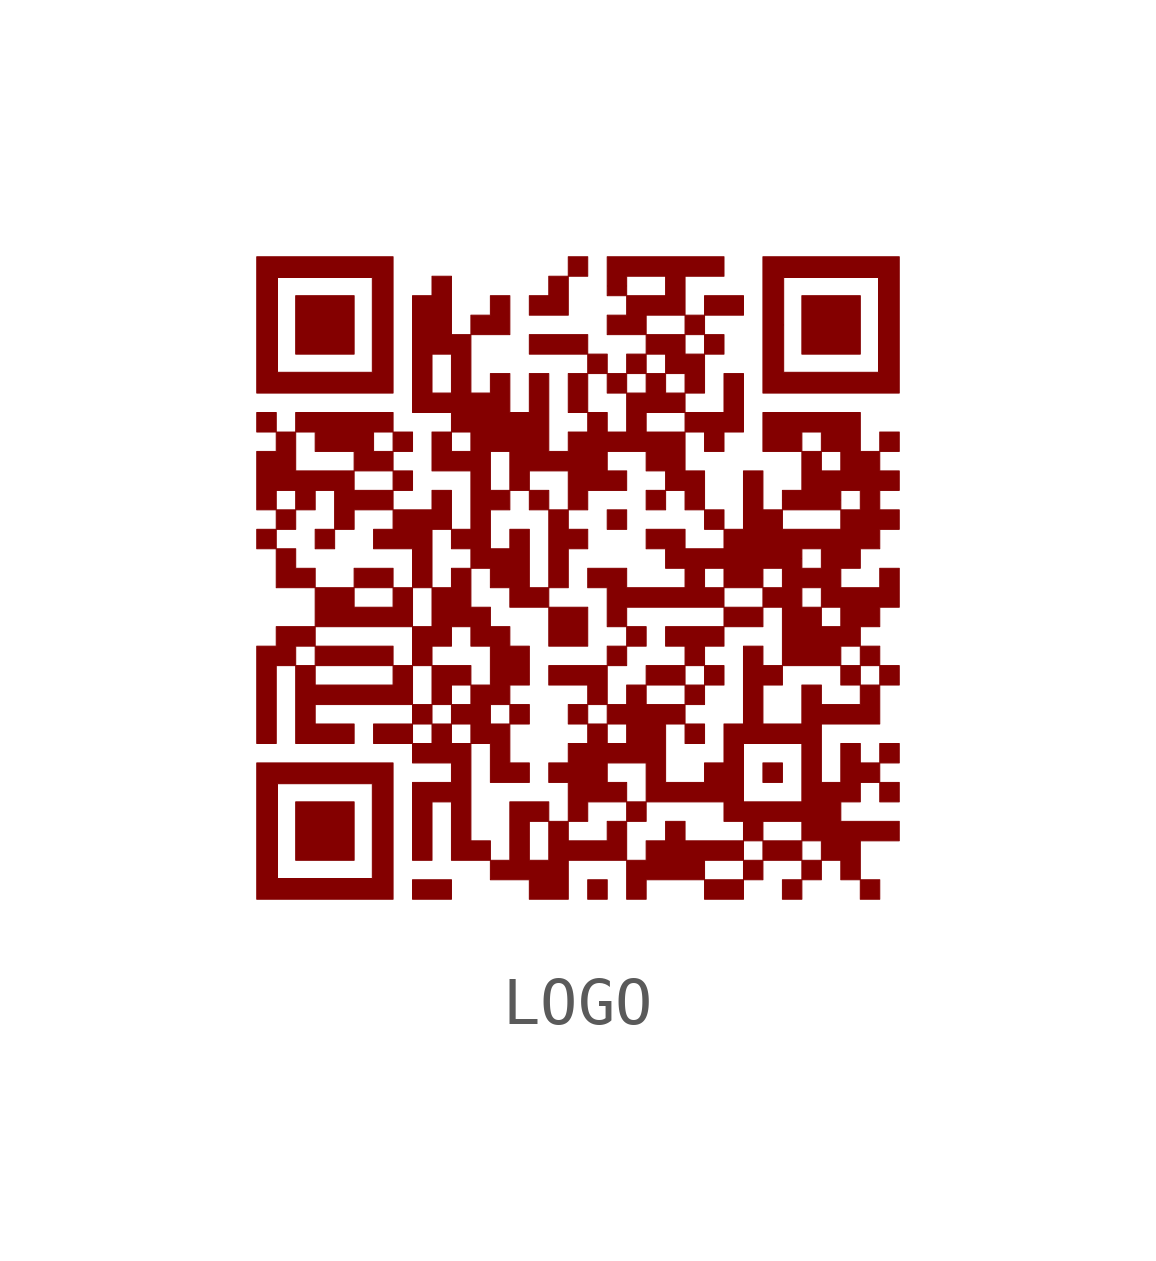
<source format=kicad_sym>
(kicad_symbol_lib
  (version 20220914)
  (generator "bitmap2component")
  (generator_version "8.0")
  (symbol "LOGO"
    (pin_names
      (offset 1.016))
    (property "Reference" "#G"
      (at 0 6.859 0)
      (effects (font (size 1.27 1.27)) hide))
    (symbol "LOGO_0_0"
      (polyline (pts (xy -3.845 -5.277) (xy -3.845 -3.858) (xy -5.264 -3.858) (xy -6.684 -3.858) (xy -6.684 -5.277) (xy -6.252 -5.277) (xy -6.252 -4.29) (xy -5.264 -4.29) (xy -4.277 -4.29) (xy -4.277 -5.277) (xy -4.277 -6.265) (xy -5.264 -6.265) (xy -6.252 -6.265) (xy -6.252 -5.277) (xy -6.684 -5.277) (xy -6.684 -6.697) (xy -5.264 -6.697) (xy -3.845 -6.697) (xy -3.845 -5.277)) (stroke (width 0.01) (type default)) (fill (type outline)))
      (polyline (pts (xy -2.629 -6.494) (xy -2.629 -6.291) (xy -3.034 -6.291) (xy -3.44 -6.291) (xy -3.44 -6.494) (xy -3.44 -6.697) (xy -3.034 -6.697) (xy -2.629 -6.697) (xy -2.629 -6.494)) (stroke (width 0.01) (type default)) (fill (type outline)))
      (polyline (pts (xy 2.642 4.251) (xy 2.642 4.656) (xy 2.439 4.656) (xy 2.236 4.656) (xy 2.236 4.859) (xy 2.236 5.062) (xy 1.831 5.062) (xy 1.426 5.062) (xy 1.426 5.264) (xy 1.426 5.467) (xy 1.831 5.467) (xy 2.236 5.467) (xy 2.236 5.264) (xy 2.236 5.062) (xy 2.439 5.062) (xy 2.642 5.062) (xy 2.642 4.859) (xy 2.642 4.656) (xy 2.845 4.656) (xy 3.047 4.656) (xy 3.047 4.859) (xy 3.047 5.062) (xy 2.845 5.062) (xy 2.642 5.062) (xy 2.642 5.264) (xy 2.642 5.467) (xy 2.439 5.467) (xy 2.236 5.467) (xy 2.236 5.873) (xy 2.236 6.278) (xy 2.642 6.278) (xy 3.047 6.278) (xy 3.047 6.481) (xy 3.047 6.684) (xy 1.831 6.684) (xy 0.615 6.684) (xy 0.615 6.278) (xy 0.615 6.075) (xy 1.02 6.075) (xy 1.02 6.278) (xy 1.426 6.278) (xy 1.831 6.278) (xy 1.831 6.075) (xy 1.831 5.873) (xy 1.426 5.873) (xy 1.02 5.873) (xy 1.02 6.075) (xy 0.615 6.075) (xy 0.615 5.873) (xy 0.817 5.873) (xy 1.02 5.873) (xy 1.02 5.67) (xy 1.02 5.467) (xy 0.817 5.467) (xy 0.615 5.467) (xy 0.615 5.264) (xy 0.615 5.062) (xy 1.02 5.062) (xy 1.426 5.062) (xy 1.426 4.859) (xy 1.426 4.656) (xy 1.223 4.656) (xy 1.02 4.656) (xy 1.02 4.454) (xy 1.02 4.251) (xy 1.223 4.251) (xy 1.426 4.251) (xy 1.426 4.454) (xy 1.426 4.656) (xy 1.628 4.656) (xy 1.831 4.656) (xy 1.831 4.454) (xy 1.831 4.251) (xy 2.034 4.251) (xy 2.236 4.251) (xy 2.236 4.048) (xy 2.236 3.845) (xy 2.439 3.845) (xy 2.642 3.845) (xy 2.642 4.251)) (stroke (width 0.01) (type default)) (fill (type outline)))
      (polyline (pts (xy 6.697 -2.034) (xy 6.697 -1.831) (xy 6.494 -1.831) (xy 6.291 -1.831) (xy 6.291 -1.628) (xy 6.291 -1.426) (xy 6.088 -1.426) (xy 5.886 -1.426) (xy 5.886 -1.223) (xy 5.886 -1.02) (xy 6.088 -1.02) (xy 6.291 -1.02) (xy 6.291 -0.817) (xy 6.291 -0.615) (xy 6.494 -0.615) (xy 6.697 -0.615) (xy 6.697 -0.209) (xy 6.697 0.196) (xy 6.494 0.196) (xy 6.291 0.196) (xy 6.291 -0.006) (xy 6.291 -0.209) (xy 5.886 -0.209) (xy 5.48 -0.209) (xy 5.48 -0.006) (xy 5.48 0.196) (xy 5.683 0.196) (xy 5.886 0.196) (xy 5.886 0.399) (xy 5.886 0.602) (xy 6.088 0.602) (xy 6.291 0.602) (xy 6.291 0.804) (xy 6.291 1.007) (xy 6.494 1.007) (xy 6.697 1.007) (xy 6.697 1.21) (xy 6.697 1.413) (xy 6.494 1.413) (xy 6.291 1.413) (xy 6.291 1.615) (xy 6.291 1.818) (xy 6.494 1.818) (xy 6.697 1.818) (xy 6.697 2.021) (xy 6.697 2.224) (xy 6.494 2.224) (xy 6.291 2.224) (xy 6.291 2.426) (xy 6.291 2.629) (xy 6.088 2.629) (xy 5.886 2.629) (xy 5.886 3.034) (xy 5.886 3.44) (xy 4.872 3.44) (xy 3.858 3.44) (xy 3.858 3.034) (xy 3.858 2.629) (xy 4.264 2.629) (xy 4.669 2.629) (xy 4.669 2.832) (xy 4.669 3.034) (xy 4.872 3.034) (xy 5.075 3.034) (xy 5.075 2.832) (xy 5.075 2.629) (xy 5.277 2.629) (xy 5.48 2.629) (xy 5.48 2.426) (xy 5.48 2.224) (xy 5.277 2.224) (xy 5.075 2.224) (xy 5.075 2.426) (xy 5.075 2.629) (xy 4.872 2.629) (xy 4.669 2.629) (xy 4.669 2.224) (xy 4.669 1.818) (xy 4.467 1.818) (xy 4.264 1.818) (xy 4.264 1.615) (xy 5.48 1.615) (xy 5.48 1.818) (xy 5.683 1.818) (xy 5.886 1.818) (xy 5.886 1.615) (xy 5.886 1.413) (xy 5.683 1.413) (xy 5.48 1.413) (xy 5.48 1.615) (xy 4.264 1.615) (xy 4.264 1.413) (xy 4.061 1.413) (xy 3.858 1.413) (xy 3.858 1.818) (xy 3.858 2.224) (xy 3.656 2.224) (xy 3.453 2.224) (xy 3.453 1.615) (xy 3.453 1.21) (xy 4.264 1.21) (xy 4.264 1.413) (xy 4.872 1.413) (xy 5.48 1.413) (xy 5.48 1.21) (xy 5.48 1.007) (xy 4.872 1.007) (xy 4.264 1.007) (xy 4.264 1.21) (xy 3.453 1.21) (xy 3.453 1.007) (xy 3.25 1.007) (xy 3.047 1.007) (xy 3.047 1.21) (xy 3.047 1.413) (xy 2.845 1.413) (xy 2.642 1.413) (xy 2.642 1.818) (xy 2.642 2.224) (xy 2.439 2.224) (xy 2.236 2.224) (xy 2.236 2.629) (xy 2.236 3.034) (xy 2.439 3.034) (xy 2.642 3.034) (xy 2.642 2.832) (xy 2.642 2.629) (xy 2.845 2.629) (xy 3.047 2.629) (xy 3.047 2.832) (xy 3.047 3.034) (xy 3.25 3.034) (xy 3.453 3.034) (xy 3.453 3.643) (xy 3.453 4.251) (xy 3.25 4.251) (xy 3.047 4.251) (xy 3.047 3.845) (xy 3.047 3.44) (xy 2.642 3.44) (xy 2.236 3.44) (xy 2.236 3.643) (xy 2.236 3.845) (xy 2.034 3.845) (xy 1.831 3.845) (xy 1.831 4.048) (xy 1.831 4.251) (xy 1.628 4.251) (xy 1.426 4.251) (xy 1.426 4.048) (xy 1.426 3.845) (xy 1.223 3.845) (xy 1.02 3.845) (xy 1.02 4.048) (xy 1.02 4.251) (xy 0.817 4.251) (xy 0.615 4.251) (xy 0.615 4.454) (xy 0.615 4.656) (xy 0.412 4.656) (xy 0.209 4.656) (xy 0.209 4.859) (xy 0.209 5.062) (xy -0.399 5.062) (xy -1.007 5.062) (xy -1.007 4.859) (xy -1.007 4.656) (xy -0.399 4.656) (xy 0.209 4.656) (xy 0.209 4.454) (xy 0.209 4.251) (xy 0.006 4.251) (xy -0.196 4.251) (xy -0.196 3.845) (xy -0.196 3.44) (xy 0.006 3.44) (xy 0.209 3.44) (xy 0.209 3.845) (xy 0.209 4.251) (xy 0.412 4.251) (xy 0.615 4.251) (xy 0.615 4.048) (xy 0.615 3.845) (xy 0.817 3.845) (xy 1.02 3.845) (xy 1.02 3.44) (xy 1.02 3.237) (xy 1.426 3.237) (xy 1.426 3.44) (xy 1.831 3.44) (xy 2.236 3.44) (xy 2.236 3.237) (xy 2.236 3.034) (xy 1.831 3.034) (xy 1.426 3.034) (xy 1.426 3.237) (xy 1.02 3.237) (xy 1.02 3.034) (xy 0.817 3.034) (xy 0.615 3.034) (xy 0.615 3.237) (xy 0.615 3.44) (xy 0.412 3.44) (xy 0.209 3.44) (xy 0.209 3.237) (xy 0.209 3.034) (xy 0.006 3.034) (xy -0.196 3.034) (xy -0.196 2.832) (xy -0.196 2.629) (xy -0.399 2.629) (xy -0.602 2.629) (xy -0.602 3.44) (xy -0.602 4.251) (xy -0.804 4.251) (xy -1.007 4.251) (xy -1.007 3.845) (xy -1.007 3.44) (xy -1.21 3.44) (xy -1.413 3.44) (xy -1.413 3.845) (xy -1.413 4.251) (xy -1.615 4.251) (xy -1.818 4.251) (xy -1.818 4.048) (xy -1.818 3.845) (xy -2.021 3.845) (xy -2.224 3.845) (xy -2.224 4.454) (xy -2.224 5.062) (xy -2.426 5.062) (xy -2.629 5.062) (xy -2.629 5.67) (xy -2.629 6.278) (xy -2.832 6.278) (xy -3.034 6.278) (xy -3.034 6.075) (xy -3.034 5.873) (xy -3.237 5.873) (xy -3.44 5.873) (xy -3.44 4.656) (xy -3.44 4.251) (xy -3.034 4.251) (xy -3.034 4.656) (xy -2.832 4.656) (xy -2.629 4.656) (xy -2.629 4.251) (xy -2.629 3.845) (xy -2.832 3.845) (xy -3.034 3.845) (xy -3.034 4.251) (xy -3.44 4.251) (xy -3.44 3.44) (xy -3.034 3.44) (xy -2.629 3.44) (xy -2.629 3.237) (xy -2.629 3.034) (xy -2.832 3.034) (xy -3.034 3.034) (xy -3.034 2.832) (xy -2.629 2.832) (xy -2.629 3.034) (xy -2.426 3.034) (xy -2.224 3.034) (xy -2.224 2.832) (xy -2.224 2.629) (xy -2.426 2.629) (xy -2.629 2.629) (xy -2.629 2.832) (xy -3.034 2.832) (xy -3.034 2.629) (xy -3.034 2.224) (xy -2.629 2.224) (xy -2.224 2.224) (xy -2.224 1.615) (xy -2.224 1.007) (xy -2.426 1.007) (xy -2.629 1.007) (xy -2.629 1.413) (xy -2.629 1.818) (xy -2.832 1.818) (xy -3.034 1.818) (xy -3.034 1.615) (xy -3.034 1.413) (xy -3.44 1.413) (xy -3.845 1.413) (xy -3.845 1.615) (xy -3.845 1.818) (xy -4.251 1.818) (xy -4.656 1.818) (xy -4.656 2.021) (xy -4.656 2.224) (xy -5.264 2.224) (xy -5.873 2.224) (xy -5.873 2.629) (xy -5.873 3.034) (xy -5.67 3.034) (xy -5.467 3.034) (xy -5.467 2.832) (xy -5.467 2.629) (xy -5.062 2.629) (xy -4.656 2.629) (xy -4.656 2.426) (xy -4.656 2.224) (xy -4.251 2.224) (xy -3.845 2.224) (xy -3.845 2.021) (xy -3.845 1.818) (xy -3.643 1.818) (xy -3.44 1.818) (xy -3.44 2.021) (xy -3.44 2.224) (xy -3.643 2.224) (xy -3.845 2.224) (xy -3.845 2.426) (xy -3.845 2.629) (xy -4.048 2.629) (xy -4.251 2.629) (xy -4.251 2.832) (xy -4.251 3.034) (xy -4.048 3.034) (xy -3.845 3.034) (xy -3.845 2.832) (xy -3.845 2.629) (xy -3.643 2.629) (xy -3.44 2.629) (xy -3.44 2.832) (xy -3.44 3.034) (xy -3.643 3.034) (xy -3.845 3.034) (xy -3.845 3.237) (xy -3.845 3.44) (xy -4.859 3.44) (xy -5.873 3.44) (xy -5.873 3.237) (xy -5.873 3.034) (xy -6.075 3.034) (xy -6.278 3.034) (xy -6.278 3.237) (xy -6.278 3.44) (xy -6.481 3.44) (xy -6.684 3.44) (xy -6.684 3.237) (xy -6.684 3.034) (xy -6.481 3.034) (xy -6.278 3.034) (xy -6.278 2.832) (xy -6.278 2.629) (xy -6.481 2.629) (xy -6.684 2.629) (xy -6.684 2.021) (xy -6.684 1.413) (xy -6.481 1.413) (xy -6.278 1.413) (xy -6.278 1.21) (xy -6.278 1.007) (xy -6.075 1.007) (xy -5.873 1.007) (xy -5.873 1.21) (xy -5.873 1.413) (xy -6.075 1.413) (xy -6.278 1.413) (xy -6.278 1.615) (xy -6.278 1.818) (xy -6.075 1.818) (xy -5.873 1.818) (xy -5.873 1.615) (xy -5.873 1.413) (xy -5.67 1.413) (xy -5.467 1.413) (xy -5.467 1.615) (xy -5.467 1.818) (xy -5.264 1.818) (xy -5.062 1.818) (xy -5.062 1.413) (xy -5.062 1.007) (xy -4.859 1.007) (xy -4.656 1.007) (xy -4.656 1.21) (xy -4.656 1.413) (xy -4.251 1.413) (xy -3.845 1.413) (xy -3.845 1.21) (xy -3.845 1.007) (xy -4.048 1.007) (xy -4.251 1.007) (xy -4.251 0.804) (xy -4.251 0.602) (xy -3.845 0.602) (xy -3.44 0.602) (xy -3.44 0.196) (xy -3.44 -0.209) (xy -3.237 -0.209) (xy -3.034 -0.209) (xy -3.034 0.399) (xy -3.034 1.007) (xy -2.832 1.007) (xy -2.629 1.007) (xy -2.629 0.804) (xy -2.629 0.602) (xy -2.426 0.602) (xy -2.224 0.602) (xy -2.224 0.399) (xy -2.224 0.196) (xy -2.021 0.196) (xy -1.818 0.196) (xy -1.818 -0.006) (xy -1.818 -0.209) (xy -1.615 -0.209) (xy -1.413 -0.209) (xy -1.413 -0.412) (xy -1.413 -0.615) (xy -1.007 -0.615) (xy -0.602 -0.615) (xy -0.602 -0.412) (xy -0.602 -0.209) (xy -0.804 -0.209) (xy -1.007 -0.209) (xy -1.007 0.399) (xy -1.007 1.007) (xy -1.21 1.007) (xy -1.413 1.007) (xy -1.413 0.804) (xy -1.413 0.602) (xy -1.615 0.602) (xy -1.818 0.602) (xy -1.818 1.007) (xy -1.818 1.413) (xy -1.615 1.413) (xy -1.413 1.413) (xy -1.413 1.615) (xy -1.413 1.818) (xy -1.615 1.818) (xy -1.818 1.818) (xy -1.818 2.224) (xy -1.818 2.629) (xy -1.615 2.629) (xy -1.413 2.629) (xy -1.413 2.224) (xy -1.413 1.818) (xy -1.21 1.818) (xy -1.007 1.818) (xy -1.007 2.021) (xy -1.007 2.224) (xy -0.602 2.224) (xy -0.196 2.224) (xy -0.196 1.818) (xy -0.196 1.413) (xy 0.006 1.413) (xy 0.209 1.413) (xy 0.209 1.615) (xy 0.209 1.818) (xy 0.615 1.818) (xy 1.02 1.818) (xy 1.02 2.021) (xy 1.02 2.224) (xy 0.817 2.224) (xy 0.615 2.224) (xy 0.615 2.426) (xy 0.615 2.629) (xy 1.02 2.629) (xy 1.426 2.629) (xy 1.426 2.426) (xy 1.426 2.224) (xy 1.628 2.224) (xy 1.831 2.224) (xy 1.831 2.021) (xy 1.831 1.818) (xy 2.034 1.818) (xy 2.236 1.818) (xy 2.236 1.615) (xy 2.236 1.413) (xy 2.439 1.413) (xy 2.642 1.413) (xy 2.642 1.21) (xy 2.642 1.007) (xy 2.845 1.007) (xy 3.047 1.007) (xy 3.047 0.804) (xy 3.047 0.602) (xy 2.642 0.602) (xy 2.236 0.602) (xy 2.236 0.804) (xy 2.236 1.007) (xy 1.831 1.007) (xy 1.426 1.007) (xy 1.426 0.804) (xy 1.426 0.602) (xy 1.628 0.602) (xy 1.831 0.602) (xy 1.831 0.399) (xy 4.669 0.399) (xy 4.669 0.602) (xy 4.872 0.602) (xy 5.075 0.602) (xy 5.075 0.399) (xy 5.075 0.196) (xy 4.872 0.196) (xy 4.669 0.196) (xy 4.669 0.399) (xy 1.831 0.399) (xy 1.831 0.196) (xy 2.034 0.196) (xy 2.236 0.196) (xy 2.236 -0.006) (xy 2.236 -0.209) (xy 1.628 -0.209) (xy 1.02 -0.209) (xy 1.02 -0.006) (xy 1.02 0.196) (xy 0.615 0.196) (xy 0.209 0.196) (xy 0.209 -0.006) (xy 0.209 -0.209) (xy 0.412 -0.209) (xy 0.615 -0.209) (xy 0.615 -0.615) (xy 0.615 -1.02) (xy 0.817 -1.02) (xy 1.02 -1.02) (xy 1.02 -0.817) (xy 1.02 -0.615) (xy 2.034 -0.615) (xy 3.047 -0.615) (xy 3.047 -0.412) (xy 3.047 -0.209) (xy 2.845 -0.209) (xy 2.642 -0.209) (xy 2.642 -0.006) (xy 2.642 0.196) (xy 2.845 0.196) (xy 3.047 0.196) (xy 3.047 -0.006) (xy 3.858 -0.006) (xy 3.858 0.196) (xy 4.061 0.196) (xy 4.264 0.196) (xy 4.264 -0.006) (xy 4.264 -0.209) (xy 4.061 -0.209) (xy 3.858 -0.209) (xy 3.858 -0.006) (xy 3.047 -0.006) (xy 3.047 -0.209) (xy 3.453 -0.209) (xy 3.858 -0.209) (xy 3.858 -0.412) (xy 3.858 -0.615) (xy 4.061 -0.615) (xy 4.264 -0.615) (xy 4.669 -0.615) (xy 4.669 -0.412) (xy 4.669 -0.209) (xy 4.872 -0.209) (xy 5.075 -0.209) (xy 5.075 -0.412) (xy 5.075 -0.615) (xy 5.277 -0.615) (xy 5.48 -0.615) (xy 5.48 -0.817) (xy 5.48 -1.02) (xy 5.277 -1.02) (xy 5.075 -1.02) (xy 5.075 -0.817) (xy 5.075 -0.615) (xy 4.872 -0.615) (xy 4.669 -0.615) (xy 4.264 -0.615) (xy 4.264 -1.223) (xy 4.264 -1.831) (xy 4.872 -1.831) (xy 5.48 -1.831) (xy 5.48 -1.628) (xy 5.48 -1.426) (xy 5.683 -1.426) (xy 5.886 -1.426) (xy 5.886 -1.628) (xy 5.886 -1.831) (xy 6.088 -1.831) (xy 6.291 -1.831) (xy 6.291 -2.034) (xy 6.291 -2.236) (xy 6.494 -2.236) (xy 6.697 -2.236) (xy 6.697 -2.034)) (stroke (width 0.01) (type default)) (fill (type outline)))
      (polyline (pts (xy -1.413 5.467) (xy -1.413 5.873) (xy -1.615 5.873) (xy -1.818 5.873) (xy -1.818 5.67) (xy -1.818 5.467) (xy -2.021 5.467) (xy -2.224 5.467) (xy -2.224 5.264) (xy -2.224 5.062) (xy -1.818 5.062) (xy -1.413 5.062) (xy -1.413 5.467)) (stroke (width 0.01) (type default)) (fill (type outline)))
      (polyline (pts (xy 3.453 5.67) (xy 3.453 5.873) (xy 3.047 5.873) (xy 2.642 5.873) (xy 2.642 5.67) (xy 2.642 5.467) (xy 3.047 5.467) (xy 3.453 5.467) (xy 3.453 5.67)) (stroke (width 0.01) (type default)) (fill (type outline)))
      (polyline (pts (xy 6.697 2.832) (xy 6.697 3.034) (xy 6.494 3.034) (xy 6.291 3.034) (xy 6.291 2.832) (xy 6.291 2.629) (xy 6.494 2.629) (xy 6.697 2.629) (xy 6.697 2.832)) (stroke (width 0.01) (type default)) (fill (type outline)))
      (polyline (pts (xy -3.44 -0.615) (xy -3.44 -0.209) (xy -3.643 -0.209) (xy -3.845 -0.209) (xy -3.845 -0.412) (xy -3.845 -0.615) (xy -4.251 -0.615) (xy -4.656 -0.615) (xy -4.656 -0.412) (xy -4.656 -0.209) (xy -5.062 -0.209) (xy -5.467 -0.209) (xy -5.467 -0.006) (xy -5.467 0.196) (xy -5.67 0.196) (xy -5.873 0.196) (xy -5.873 0.399) (xy -5.873 0.602) (xy -6.075 0.602) (xy -6.278 0.602) (xy -6.278 0.804) (xy -6.278 1.007) (xy -6.481 1.007) (xy -6.684 1.007) (xy -6.684 0.804) (xy -6.684 0.602) (xy -6.481 0.602) (xy -6.278 0.602) (xy -6.278 0.196) (xy -6.278 -0.209) (xy -5.873 -0.209) (xy -5.467 -0.209) (xy -5.467 -0.615) (xy -5.467 -1.02) (xy -4.454 -1.02) (xy -3.44 -1.02) (xy -3.44 -0.615)) (stroke (width 0.01) (type default)) (fill (type outline)))
      (polyline (pts (xy -6.278 -2.642) (xy -6.278 -1.831) (xy -6.075 -1.831) (xy -5.873 -1.831) (xy -5.873 -2.642) (xy -5.873 -3.453) (xy -5.264 -3.453) (xy -4.656 -3.453) (xy -4.656 -3.25) (xy -4.656 -3.047) (xy -5.062 -3.047) (xy -5.467 -3.047) (xy -5.467 -2.845) (xy -5.467 -2.642) (xy -4.454 -2.642) (xy -3.44 -2.642) (xy -3.44 -2.845) (xy -3.44 -3.047) (xy -3.237 -3.047) (xy -3.034 -3.047) (xy -3.034 -2.845) (xy -3.034 -2.642) (xy -3.237 -2.642) (xy -3.44 -2.642) (xy -3.44 -2.236) (xy -3.44 -1.831) (xy -3.643 -1.831) (xy -3.845 -1.831) (xy -3.845 -2.034) (xy -3.845 -2.236) (xy -4.656 -2.236) (xy -5.467 -2.236) (xy -5.467 -2.034) (xy -5.467 -1.831) (xy -5.67 -1.831) (xy -5.873 -1.831) (xy -5.873 -1.628) (xy -5.873 -1.426) (xy -5.67 -1.426) (xy -5.467 -1.426) (xy -5.467 -1.223) (xy -5.467 -1.02) (xy -5.873 -1.02) (xy -6.278 -1.02) (xy -6.278 -1.223) (xy -6.278 -1.426) (xy -6.481 -1.426) (xy -6.684 -1.426) (xy -6.684 -2.439) (xy -6.684 -3.453) (xy -6.481 -3.453) (xy -6.278 -3.453) (xy -6.278 -2.642)) (stroke (width 0.01) (type default)) (fill (type outline)))
      (polyline (pts (xy -0.196 -6.291) (xy -0.196 -5.886) (xy 0.412 -5.886) (xy 1.02 -5.886) (xy 1.02 -6.291) (xy 1.02 -6.697) (xy 1.223 -6.697) (xy 1.426 -6.697) (xy 1.426 -6.494) (xy 1.426 -6.291) (xy 2.034 -6.291) (xy 2.642 -6.291) (xy 2.642 -6.494) (xy 2.642 -6.697) (xy 3.047 -6.697) (xy 3.453 -6.697) (xy 3.453 -6.494) (xy 3.453 -6.291) (xy 3.047 -6.291) (xy 2.642 -6.291) (xy 2.642 -6.088) (xy 2.642 -5.886) (xy 3.047 -5.886) (xy 3.453 -5.886) (xy 3.453 -6.088) (xy 3.453 -6.291) (xy 3.656 -6.291) (xy 3.858 -6.291) (xy 3.858 -6.088) (xy 3.858 -5.886) (xy 4.264 -5.886) (xy 4.669 -5.886) (xy 4.669 -6.088) (xy 4.669 -6.291) (xy 4.872 -6.291) (xy 5.075 -6.291) (xy 5.075 -6.088) (xy 5.075 -5.886) (xy 5.277 -5.886) (xy 5.48 -5.886) (xy 5.48 -6.088) (xy 5.48 -6.291) (xy 5.683 -6.291) (xy 5.886 -6.291) (xy 5.886 -6.494) (xy 5.886 -6.697) (xy 6.088 -6.697) (xy 6.291 -6.697) (xy 6.291 -6.494) (xy 6.291 -6.291) (xy 6.088 -6.291) (xy 5.886 -6.291) (xy 5.886 -5.886) (xy 5.886 -5.48) (xy 6.291 -5.48) (xy 6.697 -5.48) (xy 6.697 -5.277) (xy 6.697 -5.075) (xy 6.088 -5.075) (xy 5.48 -5.075) (xy 5.48 -4.872) (xy 5.48 -4.669) (xy 5.683 -4.669) (xy 5.886 -4.669) (xy 5.886 -4.467) (xy 5.886 -4.264) (xy 6.088 -4.264) (xy 6.291 -4.264) (xy 6.291 -4.467) (xy 6.291 -4.669) (xy 6.494 -4.669) (xy 6.697 -4.669) (xy 6.697 -4.467) (xy 6.697 -4.264) (xy 6.494 -4.264) (xy 6.291 -4.264) (xy 6.291 -4.061) (xy 6.291 -3.858) (xy 6.088 -3.858) (xy 5.886 -3.858) (xy 5.886 -3.656) (xy 5.886 -3.453) (xy 5.683 -3.453) (xy 5.48 -3.453) (xy 5.48 -3.858) (xy 5.48 -4.264) (xy 5.277 -4.264) (xy 5.075 -4.264) (xy 5.075 -3.656) (xy 5.075 -3.047) (xy 5.683 -3.047) (xy 6.291 -3.047) (xy 6.291 -2.642) (xy 6.291 -2.236) (xy 6.088 -2.236) (xy 5.886 -2.236) (xy 5.886 -2.439) (xy 5.886 -2.642) (xy 5.48 -2.642) (xy 5.075 -2.642) (xy 5.075 -2.439) (xy 5.075 -2.236) (xy 4.872 -2.236) (xy 4.669 -2.236) (xy 4.669 -2.642) (xy 4.669 -3.047) (xy 4.264 -3.047) (xy 3.858 -3.047) (xy 3.858 -2.642) (xy 3.858 -2.236) (xy 4.061 -2.236) (xy 4.264 -2.236) (xy 4.264 -2.034) (xy 4.264 -1.831) (xy 4.061 -1.831) (xy 3.858 -1.831) (xy 3.858 -1.628) (xy 3.858 -1.426) (xy 3.656 -1.426) (xy 3.453 -1.426) (xy 3.453 -2.236) (xy 3.453 -3.047) (xy 3.25 -3.047) (xy 3.047 -3.047) (xy 3.047 -3.453) (xy 3.047 -3.858) (xy 2.845 -3.858) (xy 2.642 -3.858) (xy 2.642 -4.061) (xy 3.453 -4.061) (xy 3.453 -3.453) (xy 4.061 -3.453) (xy 4.669 -3.453) (xy 4.669 -4.061) (xy 4.669 -4.669) (xy 4.061 -4.669) (xy 3.453 -4.669) (xy 3.453 -4.061) (xy 2.642 -4.061) (xy 2.642 -4.264) (xy 2.236 -4.264) (xy 1.831 -4.264) (xy 1.831 -3.656) (xy 1.831 -3.047) (xy 2.034 -3.047) (xy 2.236 -3.047) (xy 2.236 -2.845) (xy 2.236 -2.642) (xy 1.831 -2.642) (xy 1.426 -2.642) (xy 1.426 -2.439) (xy 1.426 -2.236) (xy 1.223 -2.236) (xy 1.02 -2.236) (xy 1.02 -2.439) (xy 1.02 -2.642) (xy 0.817 -2.642) (xy 0.615 -2.642) (xy 0.615 -2.845) (xy 0.615 -3.047) (xy 0.817 -3.047) (xy 1.02 -3.047) (xy 1.02 -3.25) (xy 1.02 -3.453) (xy 0.817 -3.453) (xy 0.615 -3.453) (xy 0.615 -3.25) (xy 0.615 -3.047) (xy 0.412 -3.047) (xy 0.209 -3.047) (xy 0.209 -3.25) (xy 0.209 -3.453) (xy 0.006 -3.453) (xy -0.196 -3.453) (xy -0.196 -3.656) (xy -0.196 -3.858) (xy -0.399 -3.858) (xy -0.602 -3.858) (xy -0.602 -4.061) (xy -0.602 -4.264) (xy -0.399 -4.264) (xy -0.196 -4.264) (xy -0.196 -4.669) (xy -0.196 -5.075) (xy 0.006 -5.075) (xy 0.209 -5.075) (xy 0.209 -4.872) (xy 0.209 -4.669) (xy 0.615 -4.669) (xy 1.02 -4.669) (xy 1.02 -4.467) (xy 1.02 -4.264) (xy 0.817 -4.264) (xy 0.615 -4.264) (xy 0.615 -4.061) (xy 0.615 -3.858) (xy 1.02 -3.858) (xy 1.426 -3.858) (xy 1.426 -4.264) (xy 1.426 -4.669) (xy 2.236 -4.669) (xy 3.047 -4.669) (xy 3.047 -4.872) (xy 3.047 -5.075) (xy 3.25 -5.075) (xy 3.453 -5.075) (xy 3.453 -5.277) (xy 3.453 -5.48) (xy 3.656 -5.48) (xy 3.858 -5.48) (xy 3.858 -5.277) (xy 3.858 -5.075) (xy 4.264 -5.075) (xy 4.669 -5.075) (xy 4.669 -5.277) (xy 4.669 -5.48) (xy 4.872 -5.48) (xy 5.075 -5.48) (xy 5.075 -5.683) (xy 5.075 -5.886) (xy 4.872 -5.886) (xy 4.669 -5.886) (xy 4.669 -5.683) (xy 4.669 -5.48) (xy 4.264 -5.48) (xy 3.858 -5.48) (xy 3.858 -5.683) (xy 3.858 -5.886) (xy 3.656 -5.886) (xy 3.453 -5.886) (xy 3.453 -5.683) (xy 3.453 -5.48) (xy 2.845 -5.48) (xy 2.236 -5.48) (xy 2.236 -5.277) (xy 2.236 -5.075) (xy 2.034 -5.075) (xy 1.831 -5.075) (xy 1.831 -5.277) (xy 1.831 -5.48) (xy 1.628 -5.48) (xy 1.426 -5.48) (xy 1.426 -5.683) (xy 1.426 -5.886) (xy 1.223 -5.886) (xy 1.02 -5.886) (xy 1.02 -5.48) (xy 1.02 -5.075) (xy 0.817 -5.075) (xy 0.615 -5.075) (xy 0.615 -5.277) (xy 0.615 -5.48) (xy 0.209 -5.48) (xy -0.196 -5.48) (xy -0.196 -5.277) (xy -0.196 -5.075) (xy -0.399 -5.075) (xy -0.602 -5.075) (xy -0.602 -5.48) (xy -0.602 -5.886) (xy -0.804 -5.886) (xy -1.007 -5.886) (xy -1.007 -5.48) (xy -1.007 -5.075) (xy -0.804 -5.075) (xy -0.602 -5.075) (xy -0.602 -4.872) (xy -0.602 -4.669) (xy -1.007 -4.669) (xy -1.413 -4.669) (xy -1.413 -5.277) (xy -1.413 -5.886) (xy -1.615 -5.886) (xy -1.818 -5.886) (xy -1.818 -5.683) (xy -1.818 -5.48) (xy -2.021 -5.48) (xy -2.224 -5.48) (xy -2.224 -4.467) (xy -2.224 -3.453) (xy -2.426 -3.453) (xy -2.629 -3.453) (xy -2.629 -3.25) (xy -2.629 -3.047) (xy -2.832 -3.047) (xy -3.034 -3.047) (xy -3.034 -3.25) (xy -3.034 -3.453) (xy -3.237 -3.453) (xy -3.44 -3.453) (xy -3.44 -3.25) (xy -3.44 -3.047) (xy -3.845 -3.047) (xy -4.251 -3.047) (xy -4.251 -3.25) (xy -4.251 -3.453) (xy -3.845 -3.453) (xy -3.44 -3.453) (xy -3.44 -3.656) (xy -3.44 -3.858) (xy -3.034 -3.858) (xy -2.629 -3.858) (xy -2.629 -4.061) (xy -2.629 -4.264) (xy -3.034 -4.264) (xy -3.44 -4.264) (xy -3.44 -5.075) (xy -3.44 -5.886) (xy -3.237 -5.886) (xy -3.034 -5.886) (xy -3.034 -5.277) (xy -3.034 -4.669) (xy -2.832 -4.669) (xy -2.629 -4.669) (xy -2.629 -5.277) (xy -2.629 -5.886) (xy -2.224 -5.886) (xy -1.818 -5.886) (xy -1.818 -6.088) (xy -1.818 -6.291) (xy -1.413 -6.291) (xy -1.007 -6.291) (xy -1.007 -6.494) (xy -1.007 -6.697) (xy -0.602 -6.697) (xy -0.196 -6.697) (xy -0.196 -6.291)) (stroke (width 0.01) (type default)) (fill (type outline)))
      (polyline (pts (xy 6.697 -3.656) (xy 6.697 -3.453) (xy 6.494 -3.453) (xy 6.291 -3.453) (xy 6.291 -3.656) (xy 6.291 -3.858) (xy 6.494 -3.858) (xy 6.697 -3.858) (xy 6.697 -3.656)) (stroke (width 0.01) (type default)) (fill (type outline)))
      (polyline (pts (xy 4.669 -6.494) (xy 4.669 -6.291) (xy 4.467 -6.291) (xy 4.264 -6.291) (xy 4.264 -6.494) (xy 4.264 -6.697) (xy 4.467 -6.697) (xy 4.669 -6.697) (xy 4.669 -6.494)) (stroke (width 0.01) (type default)) (fill (type outline)))
      (polyline (pts (xy 0.615 -6.494) (xy 0.615 -6.291) (xy 0.412 -6.291) (xy 0.209 -6.291) (xy 0.209 -6.494) (xy 0.209 -6.697) (xy 0.412 -6.697) (xy 0.615 -6.697) (xy 0.615 -6.494)) (stroke (width 0.01) (type default)) (fill (type outline)))
      (polyline (pts (xy -3.845 5.264) (xy -3.845 6.684) (xy -5.264 6.684) (xy -6.684 6.684) (xy -6.684 5.264) (xy -6.252 5.264) (xy -6.252 6.252) (xy -5.264 6.252) (xy -4.277 6.252) (xy -4.277 5.264) (xy -4.277 4.277) (xy -5.264 4.277) (xy -6.252 4.277) (xy -6.252 5.264) (xy -6.684 5.264) (xy -6.684 3.845) (xy -5.264 3.845) (xy -3.845 3.845) (xy -3.845 5.264)) (stroke (width 0.01) (type default)) (fill (type outline)))
      (polyline (pts (xy 6.697 5.264) (xy 6.697 6.684) (xy 5.277 6.684) (xy 3.858 6.684) (xy 3.858 5.264) (xy 4.29 5.264) (xy 4.29 6.252) (xy 5.277 6.252) (xy 6.265 6.252) (xy 6.265 5.264) (xy 6.265 4.277) (xy 5.277 4.277) (xy 4.29 4.277) (xy 4.29 5.264) (xy 3.858 5.264) (xy 3.858 3.845) (xy 5.277 3.845) (xy 6.697 3.845) (xy 6.697 5.264)) (stroke (width 0.01) (type default)) (fill (type outline)))
      (polyline (pts (xy 0.209 6.481) (xy 0.209 6.684) (xy 0.006 6.684) (xy -0.196 6.684) (xy -0.196 6.481) (xy -0.196 6.278) (xy 0.006 6.278) (xy 0.209 6.278) (xy 0.209 6.481)) (stroke (width 0.01) (type default)) (fill (type outline)))
      (polyline (pts (xy -0.196 5.873) (xy -0.196 6.278) (xy -0.399 6.278) (xy -0.602 6.278) (xy -0.602 6.075) (xy -0.602 5.873) (xy -0.804 5.873) (xy -1.007 5.873) (xy -1.007 5.67) (xy -1.007 5.467) (xy -0.602 5.467) (xy -0.196 5.467) (xy -0.196 5.873)) (stroke (width 0.01) (type default)) (fill (type outline)))
      (polyline (pts (xy -4.656 -5.277) (xy -4.656 -4.669) (xy -5.264 -4.669) (xy -5.873 -4.669) (xy -5.873 -5.277) (xy -5.873 -5.886) (xy -5.264 -5.886) (xy -4.656 -5.886) (xy -4.656 -5.277)) (stroke (width 0.01) (type default)) (fill (type outline)))
      (polyline (pts (xy 1.426 -4.872) (xy 1.426 -4.669) (xy 1.223 -4.669) (xy 1.02 -4.669) (xy 1.02 -4.872) (xy 1.02 -5.075) (xy 1.223 -5.075) (xy 1.426 -5.075) (xy 1.426 -4.872)) (stroke (width 0.01) (type default)) (fill (type outline)))
      (polyline (pts (xy -1.007 -4.061) (xy -1.007 -3.858) (xy -1.21 -3.858) (xy -1.413 -3.858) (xy -1.413 -3.453) (xy -1.413 -3.047) (xy -1.615 -3.047) (xy -1.818 -3.047) (xy -1.818 -2.845) (xy -1.818 -2.642) (xy -1.615 -2.642) (xy -1.413 -2.642) (xy -1.413 -2.845) (xy -1.413 -3.047) (xy -1.21 -3.047) (xy -1.007 -3.047) (xy -1.007 -2.845) (xy -1.007 -2.642) (xy -1.21 -2.642) (xy -1.413 -2.642) (xy -1.413 -2.439) (xy -1.413 -2.236) (xy -1.21 -2.236) (xy -1.007 -2.236) (xy -1.007 -1.831) (xy -1.007 -1.426) (xy -1.21 -1.426) (xy -1.413 -1.426) (xy -1.413 -1.223) (xy -1.413 -1.02) (xy -1.615 -1.02) (xy -1.818 -1.02) (xy -1.818 -0.817) (xy -1.818 -0.615) (xy -2.021 -0.615) (xy -2.224 -0.615) (xy -2.224 -0.209) (xy -2.224 0.196) (xy -2.426 0.196) (xy -2.629 0.196) (xy -2.629 -0.006) (xy -2.629 -0.209) (xy -2.832 -0.209) (xy -3.034 -0.209) (xy -3.034 -0.615) (xy -3.034 -1.02) (xy -3.237 -1.02) (xy -3.44 -1.02) (xy -3.44 -1.426) (xy -3.44 -1.831) (xy -3.237 -1.831) (xy -3.034 -1.831) (xy -3.034 -1.628) (xy -3.034 -1.426) (xy -2.832 -1.426) (xy -2.629 -1.426) (xy -2.629 -1.223) (xy -2.629 -1.02) (xy -2.426 -1.02) (xy -2.224 -1.02) (xy -2.224 -1.223) (xy -2.224 -1.426) (xy -2.021 -1.426) (xy -1.818 -1.426) (xy -1.818 -1.831) (xy -1.818 -2.236) (xy -2.021 -2.236) (xy -2.224 -2.236) (xy -2.224 -2.034) (xy -2.224 -1.831) (xy -2.629 -1.831) (xy -3.034 -1.831) (xy -3.034 -2.236) (xy -3.034 -2.439) (xy -2.629 -2.439) (xy -2.629 -2.236) (xy -2.426 -2.236) (xy -2.224 -2.236) (xy -2.224 -2.439) (xy -2.224 -2.642) (xy -2.426 -2.642) (xy -2.629 -2.642) (xy -2.629 -2.439) (xy -3.034 -2.439) (xy -3.034 -2.642) (xy -2.832 -2.642) (xy -2.629 -2.642) (xy -2.629 -2.845) (xy -2.629 -3.047) (xy -2.426 -3.047) (xy -2.224 -3.047) (xy -2.224 -3.25) (xy -2.224 -3.453) (xy -2.021 -3.453) (xy -1.818 -3.453) (xy -1.818 -3.858) (xy -1.818 -4.264) (xy -1.413 -4.264) (xy -1.007 -4.264) (xy -1.007 -4.061)) (stroke (width 0.01) (type default)) (fill (type outline)))
      (polyline (pts (xy 2.642 -3.25) (xy 2.642 -3.047) (xy 2.439 -3.047) (xy 2.236 -3.047) (xy 2.236 -3.25) (xy 2.236 -3.453) (xy 2.439 -3.453) (xy 2.642 -3.453) (xy 2.642 -3.25)) (stroke (width 0.01) (type default)) (fill (type outline)))
      (polyline (pts (xy 1.426 -1.223) (xy 1.426 -1.02) (xy 1.223 -1.02) (xy 1.02 -1.02) (xy 1.02 -1.223) (xy 1.02 -1.426) (xy 1.223 -1.426) (xy 1.426 -1.426) (xy 1.426 -1.223)) (stroke (width 0.01) (type default)) (fill (type outline)))
      (polyline (pts (xy 1.02 -1.628) (xy 1.02 -1.426) (xy 0.817 -1.426) (xy 0.615 -1.426) (xy 0.615 -1.628) (xy 0.615 -1.831) (xy 0.817 -1.831) (xy 1.02 -1.831) (xy 1.02 -1.628)) (stroke (width 0.01) (type default)) (fill (type outline)))
      (polyline (pts (xy 0.615 -2.236) (xy 0.615 -1.831) (xy 0.006 -1.831) (xy -0.602 -1.831) (xy -0.602 -2.034) (xy -0.602 -2.236) (xy -0.196 -2.236) (xy 0.209 -2.236) (xy 0.209 -2.439) (xy 0.209 -2.642) (xy 0.412 -2.642) (xy 0.615 -2.642) (xy 0.615 -2.236)) (stroke (width 0.01) (type default)) (fill (type outline)))
      (polyline (pts (xy 0.209 -2.845) (xy 0.209 -2.642) (xy 0.006 -2.642) (xy -0.196 -2.642) (xy -0.196 -2.845) (xy -0.196 -3.047) (xy 0.006 -3.047) (xy 0.209 -3.047) (xy 0.209 -2.845)) (stroke (width 0.01) (type default)) (fill (type outline)))
      (polyline (pts (xy 3.858 -0.817) (xy 3.858 -0.615) (xy 3.453 -0.615) (xy 3.047 -0.615) (xy 3.047 -0.817) (xy 3.047 -1.02) (xy 3.453 -1.02) (xy 3.858 -1.02) (xy 3.858 -0.817)) (stroke (width 0.01) (type default)) (fill (type outline)))
      (polyline (pts (xy 2.642 -2.439) (xy 2.642 -2.236) (xy 2.439 -2.236) (xy 2.236 -2.236) (xy 2.236 -2.034) (xy 2.236 -1.831) (xy 2.439 -1.831) (xy 2.642 -1.831) (xy 2.642 -2.034) (xy 2.642 -2.236) (xy 2.845 -2.236) (xy 3.047 -2.236) (xy 3.047 -2.034) (xy 3.047 -1.831) (xy 2.845 -1.831) (xy 2.642 -1.831) (xy 2.642 -1.628) (xy 2.642 -1.426) (xy 2.845 -1.426) (xy 3.047 -1.426) (xy 3.047 -1.223) (xy 3.047 -1.02) (xy 2.439 -1.02) (xy 1.831 -1.02) (xy 1.831 -1.223) (xy 1.831 -1.426) (xy 2.034 -1.426) (xy 2.236 -1.426) (xy 2.236 -1.628) (xy 2.236 -1.831) (xy 1.831 -1.831) (xy 1.426 -1.831) (xy 1.426 -2.034) (xy 1.426 -2.236) (xy 1.831 -2.236) (xy 2.236 -2.236) (xy 2.236 -2.439) (xy 2.236 -2.642) (xy 2.439 -2.642) (xy 2.642 -2.642) (xy 2.642 -2.439)) (stroke (width 0.01) (type default)) (fill (type outline)))
      (polyline (pts (xy 5.886 -2.034) (xy 5.886 -1.831) (xy 5.683 -1.831) (xy 5.48 -1.831) (xy 5.48 -2.034) (xy 5.48 -2.236) (xy 5.683 -2.236) (xy 5.886 -2.236) (xy 5.886 -2.034)) (stroke (width 0.01) (type default)) (fill (type outline)))
      (polyline (pts (xy -3.845 -1.628) (xy -3.845 -1.426) (xy -4.656 -1.426) (xy -5.467 -1.426) (xy -5.467 -1.628) (xy -5.467 -1.831) (xy -4.656 -1.831) (xy -3.845 -1.831) (xy -3.845 -1.628)) (stroke (width 0.01) (type default)) (fill (type outline)))
      (polyline (pts (xy 0.209 -1.02) (xy 0.209 -0.615) (xy -0.196 -0.615) (xy -0.602 -0.615) (xy -0.602 -1.02) (xy -0.602 -1.426) (xy -0.196 -1.426) (xy 0.209 -1.426) (xy 0.209 -1.02)) (stroke (width 0.01) (type default)) (fill (type outline)))
      (polyline (pts (xy -3.845 -0.006) (xy -3.845 0.196) (xy -4.251 0.196) (xy -4.656 0.196) (xy -4.656 -0.006) (xy -4.656 -0.209) (xy -4.251 -0.209) (xy -3.845 -0.209) (xy -3.845 -0.006)) (stroke (width 0.01) (type default)) (fill (type outline)))
      (polyline (pts (xy -0.196 0.196) (xy -0.196 0.602) (xy 0.006 0.602) (xy 0.209 0.602) (xy 0.209 0.804) (xy 0.209 1.007) (xy 0.006 1.007) (xy -0.196 1.007) (xy -0.196 1.21) (xy -0.196 1.413) (xy -0.399 1.413) (xy -0.602 1.413) (xy -0.602 1.615) (xy -0.602 1.818) (xy -0.804 1.818) (xy -1.007 1.818) (xy -1.007 1.615) (xy -1.007 1.413) (xy -0.804 1.413) (xy -0.602 1.413) (xy -0.602 0.602) (xy -0.602 -0.209) (xy -0.399 -0.209) (xy -0.196 -0.209) (xy -0.196 0.196)) (stroke (width 0.01) (type default)) (fill (type outline)))
      (polyline (pts (xy -5.062 0.804) (xy -5.062 1.007) (xy -5.264 1.007) (xy -5.467 1.007) (xy -5.467 0.804) (xy -5.467 0.602) (xy -5.264 0.602) (xy -5.062 0.602) (xy -5.062 0.804)) (stroke (width 0.01) (type default)) (fill (type outline)))
      (polyline (pts (xy 1.02 1.21) (xy 1.02 1.413) (xy 0.817 1.413) (xy 0.615 1.413) (xy 0.615 1.21) (xy 0.615 1.007) (xy 0.817 1.007) (xy 1.02 1.007) (xy 1.02 1.21)) (stroke (width 0.01) (type default)) (fill (type outline)))
      (polyline (pts (xy 1.831 1.615) (xy 1.831 1.818) (xy 1.628 1.818) (xy 1.426 1.818) (xy 1.426 1.615) (xy 1.426 1.413) (xy 1.628 1.413) (xy 1.831 1.413) (xy 1.831 1.615)) (stroke (width 0.01) (type default)) (fill (type outline)))
      (polyline (pts (xy 4.264 -4.061) (xy 4.264 -3.858) (xy 4.061 -3.858) (xy 3.858 -3.858) (xy 3.858 -4.061) (xy 3.858 -4.264) (xy 4.061 -4.264) (xy 4.264 -4.264) (xy 4.264 -4.061)) (stroke (width 0.01) (type default)) (fill (type outline)))
      (polyline (pts (xy -4.656 5.264) (xy -4.656 5.873) (xy -5.264 5.873) (xy -5.873 5.873) (xy -5.873 5.264) (xy -5.873 4.656) (xy -5.264 4.656) (xy -4.656 4.656) (xy -4.656 5.264)) (stroke (width 0.01) (type default)) (fill (type outline)))
      (polyline (pts (xy 5.886 5.264) (xy 5.886 5.873) (xy 5.277 5.873) (xy 4.669 5.873) (xy 4.669 5.264) (xy 4.669 4.656) (xy 5.277 4.656) (xy 5.886 4.656) (xy 5.886 5.264)) (stroke (width 0.01) (type default)) (fill (type outline))))))
</source>
